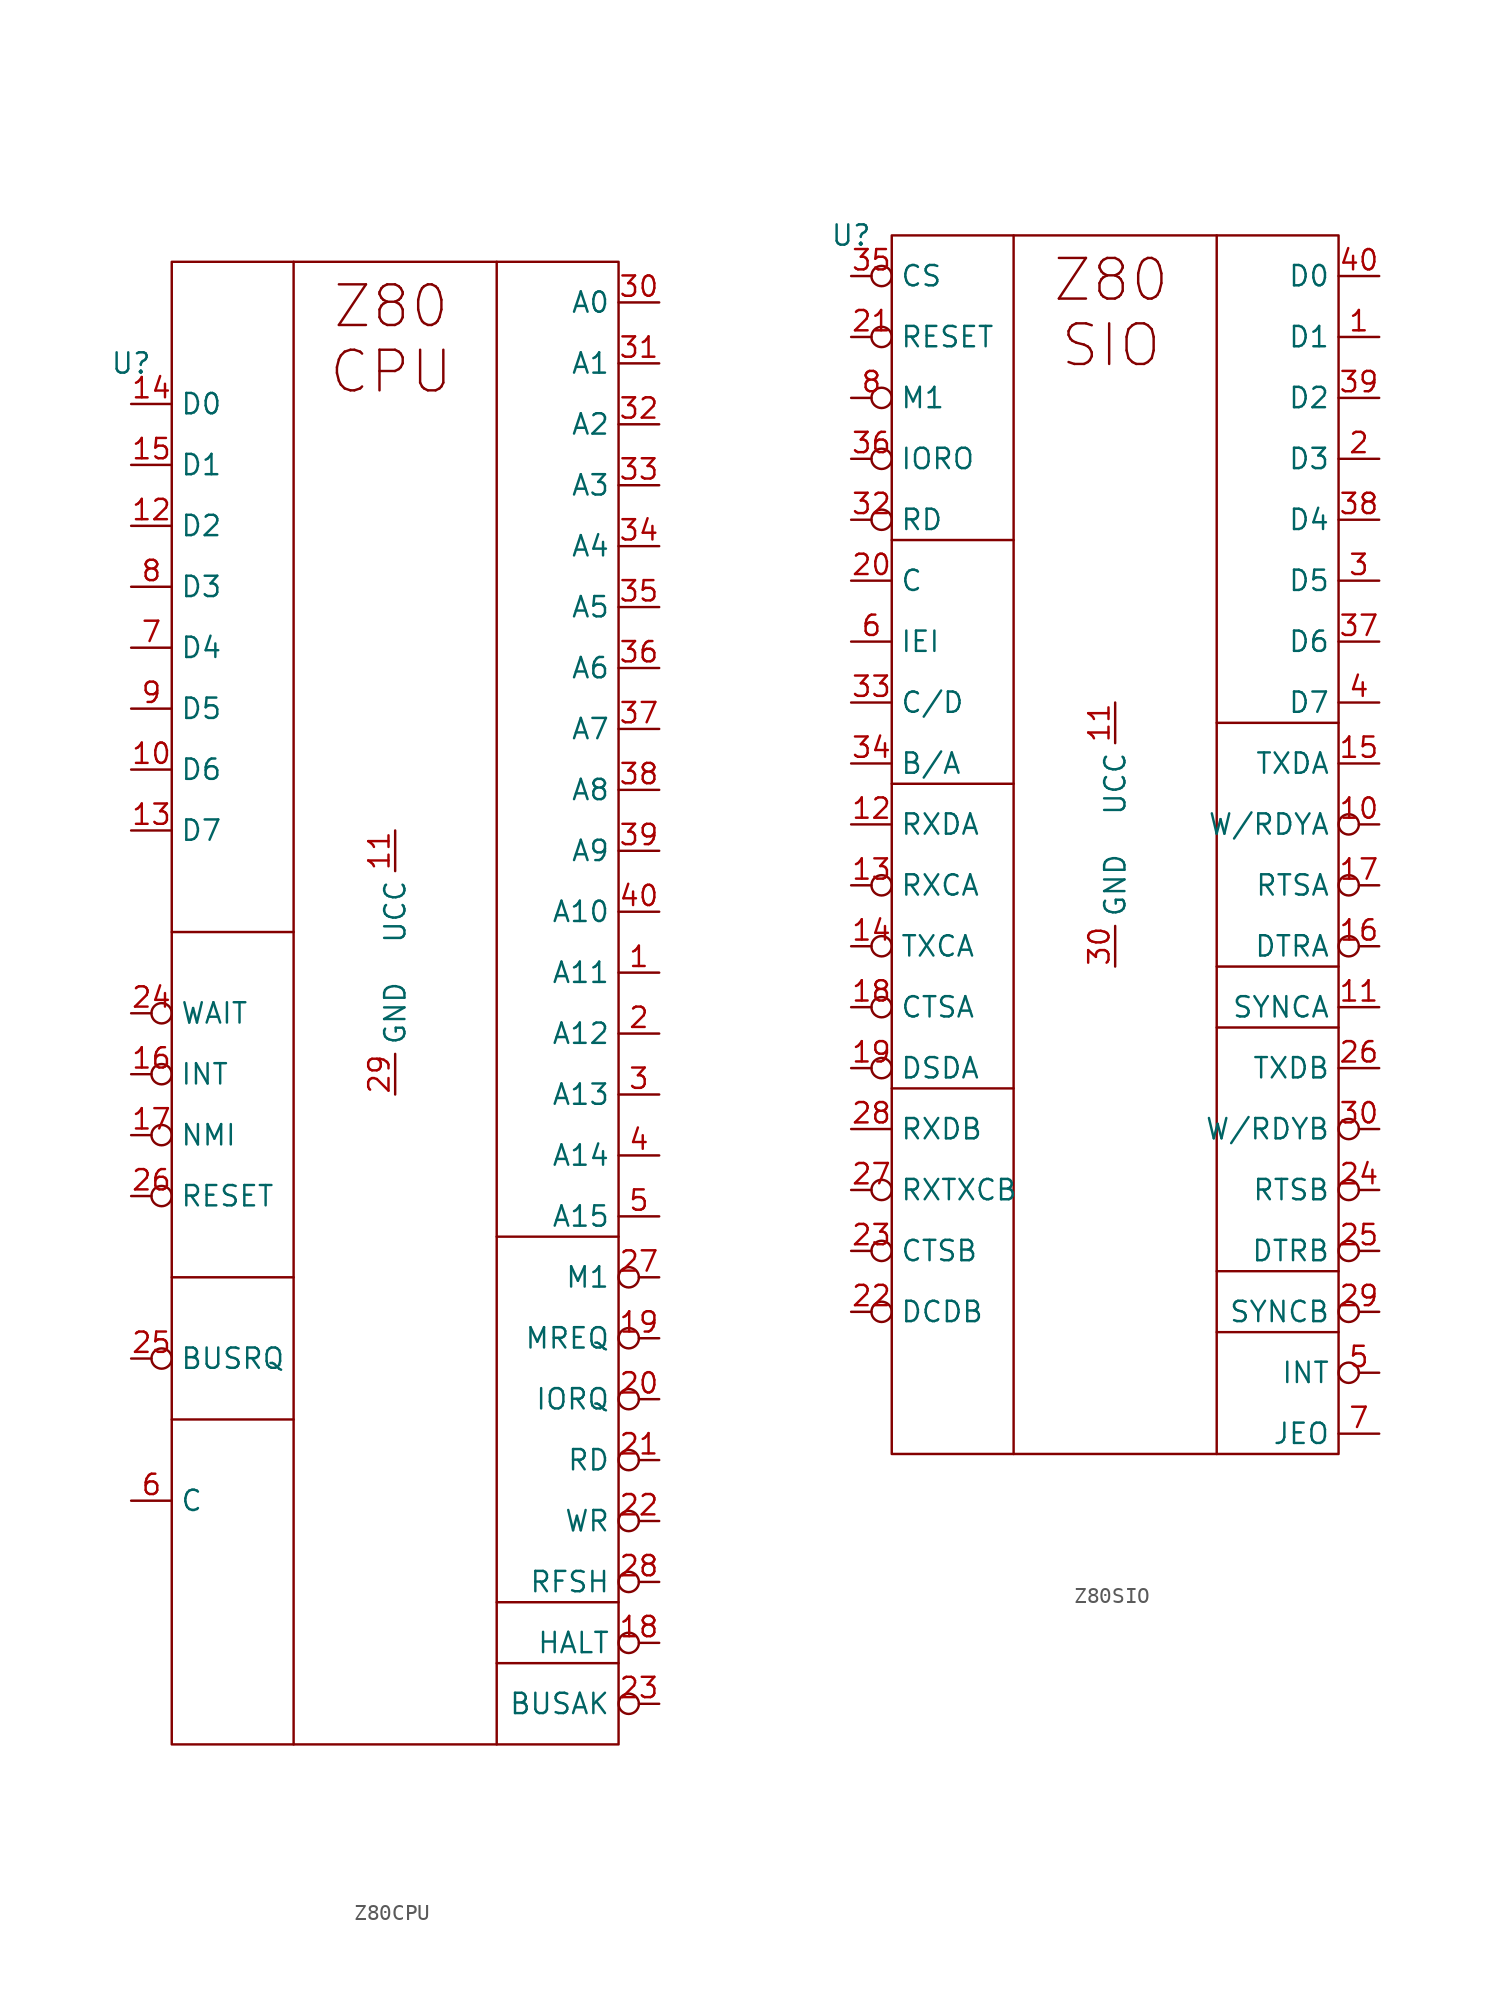
<source format=kicad_sym>
(kicad_symbol_lib
  (version 20231120)
  (generator "kicad_symbol_editor")
  (generator_version "8.0")
  (symbol "Z80CPU"
    (property "Reference" "U"
      (at 0 -2.54 0)
      (effects (font (size 1.27 1.27))))
    (property "Value" ""
      (at 2.54 6.35 0)
      (effects (font (size 1.27 1.27))))
    (symbol "Z80CPU_0_1"
      (polyline (pts (xy 2.54 -68.58) (xy 10.16 -68.58)) (stroke (width 0) (type default)) (fill (type none)))
      (polyline (pts (xy 2.54 -59.69) (xy 10.16 -59.69)) (stroke (width 0) (type default)) (fill (type none)))
      (polyline (pts (xy 2.54 -38.1) (xy 10.16 -38.1)) (stroke (width 0) (type default)) (fill (type none)))
      (polyline (pts (xy 10.16 3.81) (xy 10.16 -88.9)) (stroke (width 0) (type default)) (fill (type none)))
      (polyline (pts (xy 22.86 -80.01) (xy 30.48 -80.01)) (stroke (width 0) (type default)) (fill (type none)))
      (polyline (pts (xy 22.86 -57.15) (xy 30.48 -57.15)) (stroke (width 0) (type default)) (fill (type none)))
      (polyline (pts (xy 22.86 3.81) (xy 22.86 -88.9)) (stroke (width 0) (type default)) (fill (type none)))
      (rectangle (start 2.54 3.81) (end 30.48 -88.9) (stroke (width 0) (type default)) (fill (type none))))
    (symbol "Z80CPU_1_1"
      (polyline (pts (xy 22.86 -83.82) (xy 30.48 -83.82)) (stroke (width 0) (type default)) (fill (type none)))
      (text "Z80\nCPU" (at 16.256 -1.016 0) (effects (font (size 2.54 2.54))))
      (pin output line (at 33.02 -40.64 180) (length 2.54) (name "A11" (effects (font (size 1.27 1.27)))) (number "1" (effects (font (size 1.27 1.27)))))
      (pin bidirectional line (at 0 -27.94 0) (length 2.54) (name "D6" (effects (font (size 1.27 1.27)))) (number "10" (effects (font (size 1.27 1.27)))))
      (pin power_in line (at 16.51 -31.75 270) (length 2.54) (name "UCC" (effects (font (size 1.27 1.27)))) (number "11" (effects (font (size 1.27 1.27)))))
      (pin bidirectional line (at 0 -12.7 0) (length 2.54) (name "D2" (effects (font (size 1.27 1.27)))) (number "12" (effects (font (size 1.27 1.27)))))
      (pin bidirectional line (at 0 -31.75 0) (length 2.54) (name "D7" (effects (font (size 1.27 1.27)))) (number "13" (effects (font (size 1.27 1.27)))))
      (pin bidirectional line (at 0 -5.08 0) (length 2.54) (name "D0" (effects (font (size 1.27 1.27)))) (number "14" (effects (font (size 1.27 1.27)))))
      (pin bidirectional line (at 0 -8.89 0) (length 2.54) (name "D1" (effects (font (size 1.27 1.27)))) (number "15" (effects (font (size 1.27 1.27)))))
      (pin input inverted (at 0 -46.99 0) (length 2.54) (name "INT" (effects (font (size 1.27 1.27)))) (number "16" (effects (font (size 1.27 1.27)))))
      (pin input inverted (at 0 -50.8 0) (length 2.54) (name "NMI" (effects (font (size 1.27 1.27)))) (number "17" (effects (font (size 1.27 1.27)))))
      (pin input inverted (at 33.02 -82.55 180) (length 2.54) (name "HALT" (effects (font (size 1.27 1.27)))) (number "18" (effects (font (size 1.27 1.27)))))
      (pin output inverted (at 33.02 -63.5 180) (length 2.54) (name "MREQ" (effects (font (size 1.27 1.27)))) (number "19" (effects (font (size 1.27 1.27)))))
      (pin output line (at 33.02 -44.45 180) (length 2.54) (name "A12" (effects (font (size 1.27 1.27)))) (number "2" (effects (font (size 1.27 1.27)))))
      (pin output inverted (at 33.02 -67.31 180) (length 2.54) (name "IORQ" (effects (font (size 1.27 1.27)))) (number "20" (effects (font (size 1.27 1.27)))))
      (pin output inverted (at 33.02 -71.12 180) (length 2.54) (name "RD" (effects (font (size 1.27 1.27)))) (number "21" (effects (font (size 1.27 1.27)))))
      (pin output inverted (at 33.02 -74.93 180) (length 2.54) (name "WR" (effects (font (size 1.27 1.27)))) (number "22" (effects (font (size 1.27 1.27)))))
      (pin output inverted (at 33.02 -86.36 180) (length 2.54) (name "BUSAK" (effects (font (size 1.27 1.27)))) (number "23" (effects (font (size 1.27 1.27)))))
      (pin input inverted (at 0 -43.18 0) (length 2.54) (name "WAIT" (effects (font (size 1.27 1.27)))) (number "24" (effects (font (size 1.27 1.27)))))
      (pin input inverted (at 0 -64.77 0) (length 2.54) (name "BUSRQ" (effects (font (size 1.27 1.27)))) (number "25" (effects (font (size 1.27 1.27)))))
      (pin input inverted (at 0 -54.61 0) (length 2.54) (name "RESET" (effects (font (size 1.27 1.27)))) (number "26" (effects (font (size 1.27 1.27)))))
      (pin output inverted (at 33.02 -59.69 180) (length 2.54) (name "M1" (effects (font (size 1.27 1.27)))) (number "27" (effects (font (size 1.27 1.27)))))
      (pin output inverted (at 33.02 -78.74 180) (length 2.54) (name "RFSH" (effects (font (size 1.27 1.27)))) (number "28" (effects (font (size 1.27 1.27)))))
      (pin power_in line (at 16.51 -48.26 90) (length 2.54) (name "GND" (effects (font (size 1.27 1.27)))) (number "29" (effects (font (size 1.27 1.27)))))
      (pin output line (at 33.02 -48.26 180) (length 2.54) (name "A13" (effects (font (size 1.27 1.27)))) (number "3" (effects (font (size 1.27 1.27)))))
      (pin output line (at 33.02 1.27 180) (length 2.54) (name "A0" (effects (font (size 1.27 1.27)))) (number "30" (effects (font (size 1.27 1.27)))))
      (pin output line (at 33.02 -2.54 180) (length 2.54) (name "A1" (effects (font (size 1.27 1.27)))) (number "31" (effects (font (size 1.27 1.27)))))
      (pin output line (at 33.02 -6.35 180) (length 2.54) (name "A2" (effects (font (size 1.27 1.27)))) (number "32" (effects (font (size 1.27 1.27)))))
      (pin output line (at 33.02 -10.16 180) (length 2.54) (name "A3" (effects (font (size 1.27 1.27)))) (number "33" (effects (font (size 1.27 1.27)))))
      (pin output line (at 33.02 -13.97 180) (length 2.54) (name "A4" (effects (font (size 1.27 1.27)))) (number "34" (effects (font (size 1.27 1.27)))))
      (pin output line (at 33.02 -17.78 180) (length 2.54) (name "A5" (effects (font (size 1.27 1.27)))) (number "35" (effects (font (size 1.27 1.27)))))
      (pin output line (at 33.02 -21.59 180) (length 2.54) (name "A6" (effects (font (size 1.27 1.27)))) (number "36" (effects (font (size 1.27 1.27)))))
      (pin output line (at 33.02 -25.4 180) (length 2.54) (name "A7" (effects (font (size 1.27 1.27)))) (number "37" (effects (font (size 1.27 1.27)))))
      (pin output line (at 33.02 -29.21 180) (length 2.54) (name "A8" (effects (font (size 1.27 1.27)))) (number "38" (effects (font (size 1.27 1.27)))))
      (pin output line (at 33.02 -33.02 180) (length 2.54) (name "A9" (effects (font (size 1.27 1.27)))) (number "39" (effects (font (size 1.27 1.27)))))
      (pin output line (at 33.02 -52.07 180) (length 2.54) (name "A14" (effects (font (size 1.27 1.27)))) (number "4" (effects (font (size 1.27 1.27)))))
      (pin output line (at 33.02 -36.83 180) (length 2.54) (name "A10" (effects (font (size 1.27 1.27)))) (number "40" (effects (font (size 1.27 1.27)))))
      (pin output line (at 33.02 -55.88 180) (length 2.54) (name "A15" (effects (font (size 1.27 1.27)))) (number "5" (effects (font (size 1.27 1.27)))))
      (pin input line (at 0 -73.66 0) (length 2.54) (name "C" (effects (font (size 1.27 1.27)))) (number "6" (effects (font (size 1.27 1.27)))))
      (pin bidirectional line (at 0 -20.32 0) (length 2.54) (name "D4" (effects (font (size 1.27 1.27)))) (number "7" (effects (font (size 1.27 1.27)))))
      (pin bidirectional line (at 0 -16.51 0) (length 2.54) (name "D3" (effects (font (size 1.27 1.27)))) (number "8" (effects (font (size 1.27 1.27)))))
      (pin bidirectional line (at 0 -24.13 0) (length 2.54) (name "D5" (effects (font (size 1.27 1.27)))) (number "9" (effects (font (size 1.27 1.27)))))))
  (symbol "Z80SIO"
    (property "Reference" "U"
      (at 0 3.81 0)
      (effects (font (size 1.27 1.27))))
    (property "Value" ""
      (at 2.54 6.35 0)
      (effects (font (size 1.27 1.27))))
    (symbol "Z80SIO_0_1"
      (polyline (pts (xy 2.54 -49.53) (xy 10.16 -49.53)) (stroke (width 0) (type default)) (fill (type none)))
      (polyline (pts (xy 2.54 -30.48) (xy 10.16 -30.48)) (stroke (width 0) (type default)) (fill (type none)))
      (polyline (pts (xy 2.54 -15.24) (xy 10.16 -15.24)) (stroke (width 0) (type default)) (fill (type none)))
      (polyline (pts (xy 10.16 3.81) (xy 10.16 -72.39)) (stroke (width 0) (type default)) (fill (type none)))
      (polyline (pts (xy 22.86 -64.77) (xy 30.48 -64.77)) (stroke (width 0) (type default)) (fill (type none)))
      (polyline (pts (xy 22.86 -60.96) (xy 30.48 -60.96)) (stroke (width 0) (type default)) (fill (type none)))
      (polyline (pts (xy 22.86 -45.72) (xy 30.48 -45.72)) (stroke (width 0) (type default)) (fill (type none)))
      (polyline (pts (xy 22.86 -41.91) (xy 30.48 -41.91)) (stroke (width 0) (type default)) (fill (type none)))
      (polyline (pts (xy 22.86 -26.67) (xy 30.48 -26.67)) (stroke (width 0) (type default)) (fill (type none)))
      (polyline (pts (xy 22.86 3.81) (xy 22.86 -72.39)) (stroke (width 0) (type default)) (fill (type none)))
      (rectangle (start 2.54 3.81) (end 30.48 -72.39) (stroke (width 0) (type default)) (fill (type none))))
    (symbol "Z80SIO_1_1"
      (text "Z80\nSIO" (at 16.256 -1.016 0) (effects (font (size 2.54 2.54))))
      (pin bidirectional line (at 33.02 -2.54 180) (length 2.54) (name "D1" (effects (font (size 1.27 1.27)))) (number "1" (effects (font (size 1.27 1.27)))))
      (pin output inverted (at 33.02 -33.02 180) (length 2.54) (name "W/RDYA" (effects (font (size 1.27 1.27)))) (number "10" (effects (font (size 1.27 1.27)))))
      (pin bidirectional line (at 33.02 -44.45 180) (length 2.54) (name "SYNCA" (effects (font (size 1.27 1.27)))) (number "11" (effects (font (size 1.27 1.27)))))
      (pin power_in line (at 16.51 -25.4 270) (length 2.54) (name "UCC" (effects (font (size 1.27 1.27)))) (number "11" (effects (font (size 1.27 1.27)))))
      (pin input line (at 0 -33.02 0) (length 2.54) (name "RXDA" (effects (font (size 1.27 1.27)))) (number "12" (effects (font (size 1.27 1.27)))))
      (pin input inverted (at 0 -36.83 0) (length 2.54) (name "RXCA" (effects (font (size 1.27 1.27)))) (number "13" (effects (font (size 1.27 1.27)))))
      (pin input inverted (at 0 -40.64 0) (length 2.54) (name "TXCA" (effects (font (size 1.27 1.27)))) (number "14" (effects (font (size 1.27 1.27)))))
      (pin output line (at 33.02 -29.21 180) (length 2.54) (name "TXDA" (effects (font (size 1.27 1.27)))) (number "15" (effects (font (size 1.27 1.27)))))
      (pin output inverted (at 33.02 -40.64 180) (length 2.54) (name "DTRA" (effects (font (size 1.27 1.27)))) (number "16" (effects (font (size 1.27 1.27)))))
      (pin output inverted (at 33.02 -36.83 180) (length 2.54) (name "RTSA" (effects (font (size 1.27 1.27)))) (number "17" (effects (font (size 1.27 1.27)))))
      (pin input inverted (at 0 -44.45 0) (length 2.54) (name "CTSA" (effects (font (size 1.27 1.27)))) (number "18" (effects (font (size 1.27 1.27)))))
      (pin input inverted (at 0 -48.26 0) (length 2.54) (name "DSDA" (effects (font (size 1.27 1.27)))) (number "19" (effects (font (size 1.27 1.27)))))
      (pin bidirectional line (at 33.02 -10.16 180) (length 2.54) (name "D3" (effects (font (size 1.27 1.27)))) (number "2" (effects (font (size 1.27 1.27)))))
      (pin input line (at 0 -17.78 0) (length 2.54) (name "C" (effects (font (size 1.27 1.27)))) (number "20" (effects (font (size 1.27 1.27)))))
      (pin input inverted (at 0 -2.54 0) (length 2.54) (name "RESET" (effects (font (size 1.27 1.27)))) (number "21" (effects (font (size 1.27 1.27)))))
      (pin input inverted (at 0 -63.5 0) (length 2.54) (name "DCDB" (effects (font (size 1.27 1.27)))) (number "22" (effects (font (size 1.27 1.27)))))
      (pin input inverted (at 0 -59.69 0) (length 2.54) (name "CTSB" (effects (font (size 1.27 1.27)))) (number "23" (effects (font (size 1.27 1.27)))))
      (pin output inverted (at 33.02 -55.88 180) (length 2.54) (name "RTSB" (effects (font (size 1.27 1.27)))) (number "24" (effects (font (size 1.27 1.27)))))
      (pin output inverted (at 33.02 -59.69 180) (length 2.54) (name "DTRB" (effects (font (size 1.27 1.27)))) (number "25" (effects (font (size 1.27 1.27)))))
      (pin output line (at 33.02 -48.26 180) (length 2.54) (name "TXDB" (effects (font (size 1.27 1.27)))) (number "26" (effects (font (size 1.27 1.27)))))
      (pin input inverted (at 0 -55.88 0) (length 2.54) (name "RXTXCB" (effects (font (size 1.27 1.27)))) (number "27" (effects (font (size 1.27 1.27)))))
      (pin input line (at 0 -52.07 0) (length 2.54) (name "RXDB" (effects (font (size 1.27 1.27)))) (number "28" (effects (font (size 1.27 1.27)))))
      (pin bidirectional inverted (at 33.02 -63.5 180) (length 2.54) (name "SYNCB" (effects (font (size 1.27 1.27)))) (number "29" (effects (font (size 1.27 1.27)))))
      (pin bidirectional line (at 33.02 -17.78 180) (length 2.54) (name "D5" (effects (font (size 1.27 1.27)))) (number "3" (effects (font (size 1.27 1.27)))))
      (pin power_in line (at 16.51 -41.91 90) (length 2.54) (name "GND" (effects (font (size 1.27 1.27)))) (number "30" (effects (font (size 1.27 1.27)))))
      (pin output inverted (at 33.02 -52.07 180) (length 2.54) (name "W/RDYB" (effects (font (size 1.27 1.27)))) (number "30" (effects (font (size 1.27 1.27)))))
      (pin input inverted (at 0 -13.97 0) (length 2.54) (name "RD" (effects (font (size 1.27 1.27)))) (number "32" (effects (font (size 1.27 1.27)))))
      (pin input line (at 0 -25.4 0) (length 2.54) (name "C/D" (effects (font (size 1.27 1.27)))) (number "33" (effects (font (size 1.27 1.27)))))
      (pin input line (at 0 -29.21 0) (length 2.54) (name "B/A" (effects (font (size 1.27 1.27)))) (number "34" (effects (font (size 1.27 1.27)))))
      (pin input inverted (at 0 1.27 0) (length 2.54) (name "CS" (effects (font (size 1.27 1.27)))) (number "35" (effects (font (size 1.27 1.27)))))
      (pin input inverted (at 0 -10.16 0) (length 2.54) (name "IORO" (effects (font (size 1.27 1.27)))) (number "36" (effects (font (size 1.27 1.27)))))
      (pin bidirectional line (at 33.02 -21.59 180) (length 2.54) (name "D6" (effects (font (size 1.27 1.27)))) (number "37" (effects (font (size 1.27 1.27)))))
      (pin bidirectional line (at 33.02 -13.97 180) (length 2.54) (name "D4" (effects (font (size 1.27 1.27)))) (number "38" (effects (font (size 1.27 1.27)))))
      (pin bidirectional line (at 33.02 -6.35 180) (length 2.54) (name "D2" (effects (font (size 1.27 1.27)))) (number "39" (effects (font (size 1.27 1.27)))))
      (pin bidirectional line (at 33.02 -25.4 180) (length 2.54) (name "D7" (effects (font (size 1.27 1.27)))) (number "4" (effects (font (size 1.27 1.27)))))
      (pin bidirectional line (at 33.02 1.27 180) (length 2.54) (name "D0" (effects (font (size 1.27 1.27)))) (number "40" (effects (font (size 1.27 1.27)))))
      (pin output inverted (at 33.02 -67.31 180) (length 2.54) (name "INT" (effects (font (size 1.27 1.27)))) (number "5" (effects (font (size 1.27 1.27)))))
      (pin input line (at 0 -21.59 0) (length 2.54) (name "IEI" (effects (font (size 1.27 1.27)))) (number "6" (effects (font (size 1.27 1.27)))))
      (pin output line (at 33.02 -71.12 180) (length 2.54) (name "JEO" (effects (font (size 1.27 1.27)))) (number "7" (effects (font (size 1.27 1.27)))))
      (pin input inverted (at 0 -6.35 0) (length 2.54) (name "M1" (effects (font (size 1.27 1.27)))) (number "8" (effects (font (size 1.27 1.27))))))))
</source>
